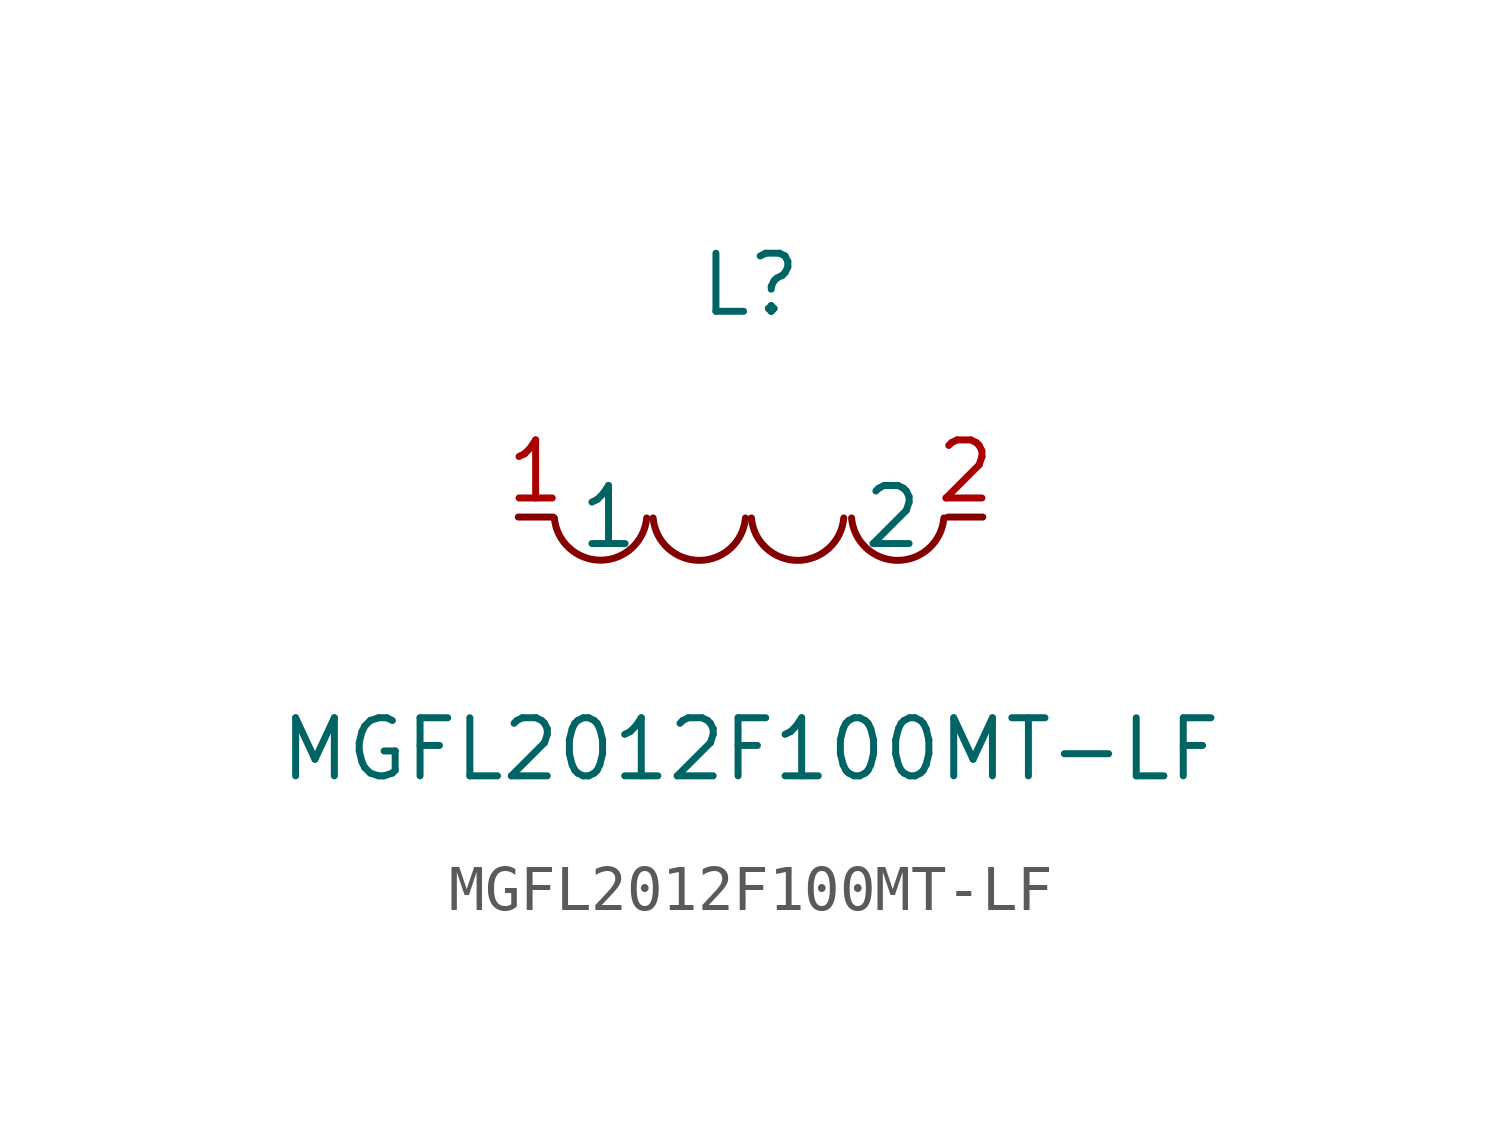
<source format=kicad_sym>
(kicad_symbol_lib
  (version 1)
  (generator "faebryk")
  (symbol "MGFL2012F100MT-LF"
    (property "Reference" "L"
      (at 0 5.08 0)
      (effects (font (size 1.27 1.27)) (hide no)))
    (property "Value" "MGFL2012F100MT-LF"
      (at 0 -5.08 0)
      (effects (font (size 1.27 1.27)) (hide no)))
    (symbol "MGFL2012F100MT-LF_0_1"
      (arc (start -4.29 -0.02) (mid -2.81 -1.01) (end -2.27 -0.02) (stroke (width 0) (type default) (color 0 0 0 0)) (fill (type none)))
      (arc (start -2.13 -0.02) (mid -0.66 -1.01) (end -0.11 -0.02) (stroke (width 0) (type default) (color 0 0 0 0)) (fill (type none)))
      (arc (start 0.02 -0.02) (mid 1.49 -1.01) (end 2.04 -0.02) (stroke (width 0) (type default) (color 0 0 0 0)) (fill (type none)))
      (arc (start 2.21 -0.02) (mid 3.68 -1.01) (end 4.23 -0.02) (stroke (width 0) (type default) (color 0 0 0 0)) (fill (type none)))
      (pin unspecified line (at 5.08 0 180) (length 0.762) (name "2" (effects (font (size 1.27 1.27)) (hide no))) (number "2" (effects (font (size 1.27 1.27)) (hide no))))
      (pin unspecified line (at -5.08 0 0) (length 0.762) (name "1" (effects (font (size 1.27 1.27)) (hide no))) (number "1" (effects (font (size 1.27 1.27)) (hide no)))))))
</source>
